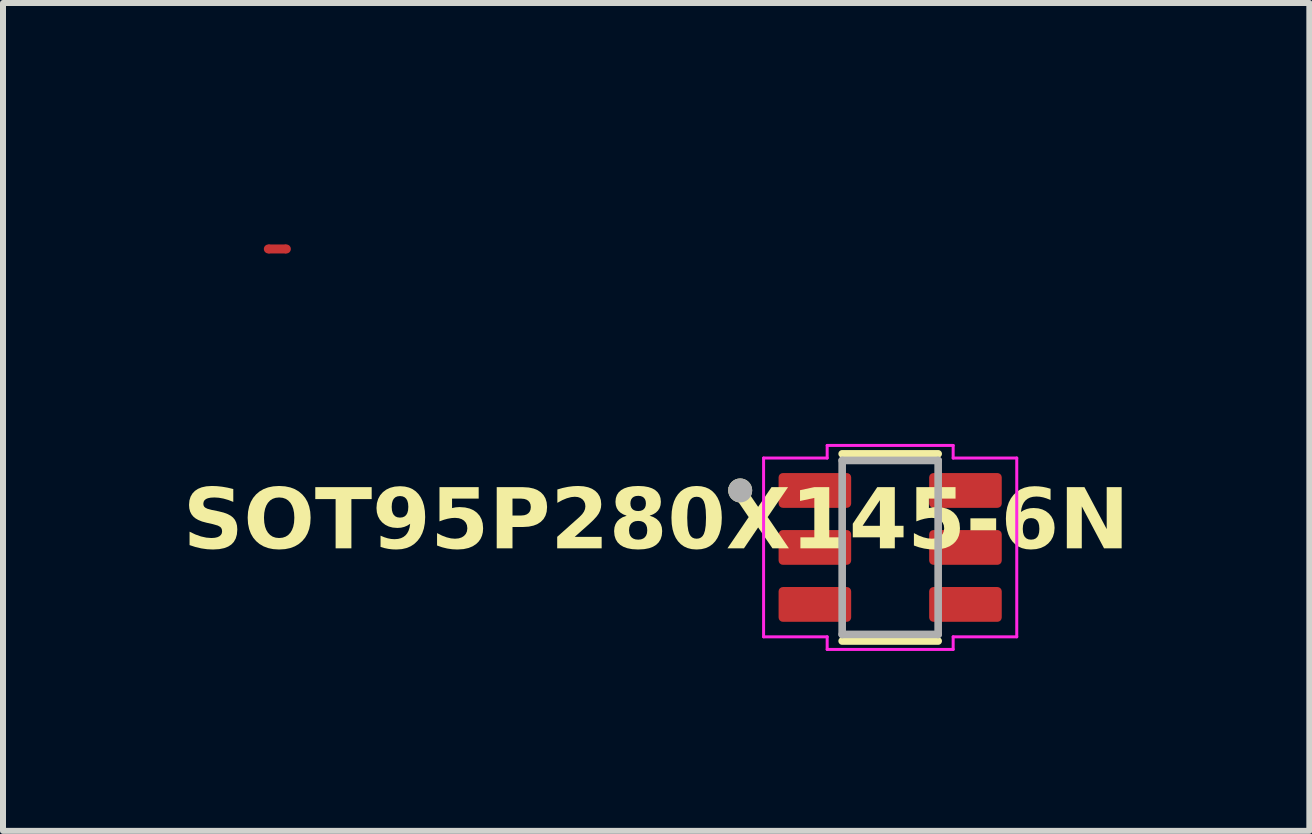
<source format=kicad_pcb>
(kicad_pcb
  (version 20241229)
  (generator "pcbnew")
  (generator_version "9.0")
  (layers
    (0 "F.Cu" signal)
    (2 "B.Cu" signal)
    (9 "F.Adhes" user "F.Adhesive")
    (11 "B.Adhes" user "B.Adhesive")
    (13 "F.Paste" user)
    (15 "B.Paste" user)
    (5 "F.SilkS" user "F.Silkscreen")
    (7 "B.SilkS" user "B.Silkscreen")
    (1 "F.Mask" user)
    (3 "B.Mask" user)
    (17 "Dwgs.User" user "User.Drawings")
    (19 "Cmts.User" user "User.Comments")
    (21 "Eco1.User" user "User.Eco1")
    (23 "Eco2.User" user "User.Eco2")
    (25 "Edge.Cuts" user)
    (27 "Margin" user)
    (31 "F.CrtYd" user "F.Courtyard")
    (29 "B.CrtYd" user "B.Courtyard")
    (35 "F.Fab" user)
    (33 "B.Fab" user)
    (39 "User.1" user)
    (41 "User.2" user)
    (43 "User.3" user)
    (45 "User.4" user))
  (footprint "net-tie-2-tiny"
    (layer "F.Cu")
    (at 1.573 1.1)
    (property "Reference" "net-tie-2-tiny" (at 0 -0.855 0) (layer "Eco2.User") (effects (font (face "JetBrains Mono") (size 0.3 0.3) (thickness 0.06) (bold yes))))
    (attr exclude_from_pos_files)
    (fp_poly (pts (xy 0.15 0.075) (xy -0.15 0.075) (xy -0.15 -0.075) (xy 0.15 -0.075)) (stroke (width 0) (type solid)) (fill yes) (layer "F.Cu"))
    (pad "1" smd circle (at -0.15 0) (size 0.15 0.15) (layers "F.Cu"))
    (pad "2" smd circle (at 0.15 0) (size 0.15 0.15) (layers "F.Cu")))
  (footprint "SOT95P280X145-6N"
    (layer "F.Cu")
    (at 11.788 6.075)
    (property "Reference" "SOT95P280X145-6N" (at -3.9 -0.4 180) (layer "F.SilkS") (effects (font (face "JetBrains Mono") (size 1 1) (thickness 0.2) (bold yes))))
    (attr smd)
    (fp_line (start -0.8 1.56) (end 0.8 1.56) (stroke (width 0.127) (type solid)) (layer "F.SilkS"))
    (fp_line (start 0.8 -1.56) (end -0.8 -1.56) (stroke (width 0.127) (type solid)) (layer "F.SilkS"))
    (fp_circle (center -2.5 -0.95) (end -2.4 -0.95) (stroke (width 0.2) (type solid)) (fill no) (layer "F.SilkS"))
    (fp_line (start -2.11 -1.49) (end -2.11 1.49) (stroke (width 0.05) (type solid)) (layer "F.CrtYd"))
    (fp_line (start -2.11 -1.49) (end -1.05 -1.49) (stroke (width 0.05) (type solid)) (layer "F.CrtYd"))
    (fp_line (start -2.11 1.49) (end -1.05 1.49) (stroke (width 0.05) (type solid)) (layer "F.CrtYd"))
    (fp_line (start -1.05 -1.49) (end -1.05 -1.7) (stroke (width 0.05) (type solid)) (layer "F.CrtYd"))
    (fp_line (start -1.05 1.49) (end -1.05 1.7) (stroke (width 0.05) (type solid)) (layer "F.CrtYd"))
    (fp_line (start -1.05 1.7) (end 1.05 1.7) (stroke (width 0.05) (type solid)) (layer "F.CrtYd"))
    (fp_line (start 1.05 -1.7) (end -1.05 -1.7) (stroke (width 0.05) (type solid)) (layer "F.CrtYd"))
    (fp_line (start 1.05 -1.49) (end 1.05 -1.7) (stroke (width 0.05) (type solid)) (layer "F.CrtYd"))
    (fp_line (start 1.05 1.49) (end 1.05 1.7) (stroke (width 0.05) (type solid)) (layer "F.CrtYd"))
    (fp_line (start 2.11 -1.49) (end 1.05 -1.49) (stroke (width 0.05) (type solid)) (layer "F.CrtYd"))
    (fp_line (start 2.11 1.49) (end 1.05 1.49) (stroke (width 0.05) (type solid)) (layer "F.CrtYd"))
    (fp_line (start 2.11 1.49) (end 2.11 -1.49) (stroke (width 0.05) (type solid)) (layer "F.CrtYd"))
    (fp_line (start -0.8 -1.45) (end -0.8 1.45) (stroke (width 0.127) (type solid)) (layer "F.Fab"))
    (fp_line (start -0.8 1.45) (end 0.8 1.45) (stroke (width 0.127) (type solid)) (layer "F.Fab"))
    (fp_line (start 0.8 -1.45) (end -0.8 -1.45) (stroke (width 0.127) (type solid)) (layer "F.Fab"))
    (fp_line (start 0.8 1.45) (end 0.8 -1.45) (stroke (width 0.127) (type solid)) (layer "F.Fab"))
    (fp_circle (center -2.5 -0.95) (end -2.4 -0.95) (stroke (width 0.2) (type solid)) (fill no) (layer "F.Fab"))
    (pad "1" smd roundrect (at -1.255 -0.95) (size 1.21 0.58) (layers "F.Cu" "F.Mask" "F.Paste") (roundrect_rratio 0.125))
    (pad "2" smd roundrect (at -1.255 0) (size 1.21 0.58) (layers "F.Cu" "F.Mask" "F.Paste") (roundrect_rratio 0.125))
    (pad "3" smd roundrect (at -1.255 0.95) (size 1.21 0.58) (layers "F.Cu" "F.Mask" "F.Paste") (roundrect_rratio 0.125))
    (pad "4" smd roundrect (at 1.255 0.95) (size 1.21 0.58) (layers "F.Cu" "F.Mask" "F.Paste") (roundrect_rratio 0.125))
    (pad "5" smd roundrect (at 1.255 0) (size 1.21 0.58) (layers "F.Cu" "F.Mask" "F.Paste") (roundrect_rratio 0.125))
    (pad "6" smd roundrect (at 1.255 -0.95) (size 1.21 0.58) (layers "F.Cu" "F.Mask" "F.Paste") (roundrect_rratio 0.125)))
  (gr_rect
    (start -3 -3)
    (end 18.775 10.8)
    (stroke (width 0.1) (type default))
    (fill no)
    (layer "Edge.Cuts")))
</source>
